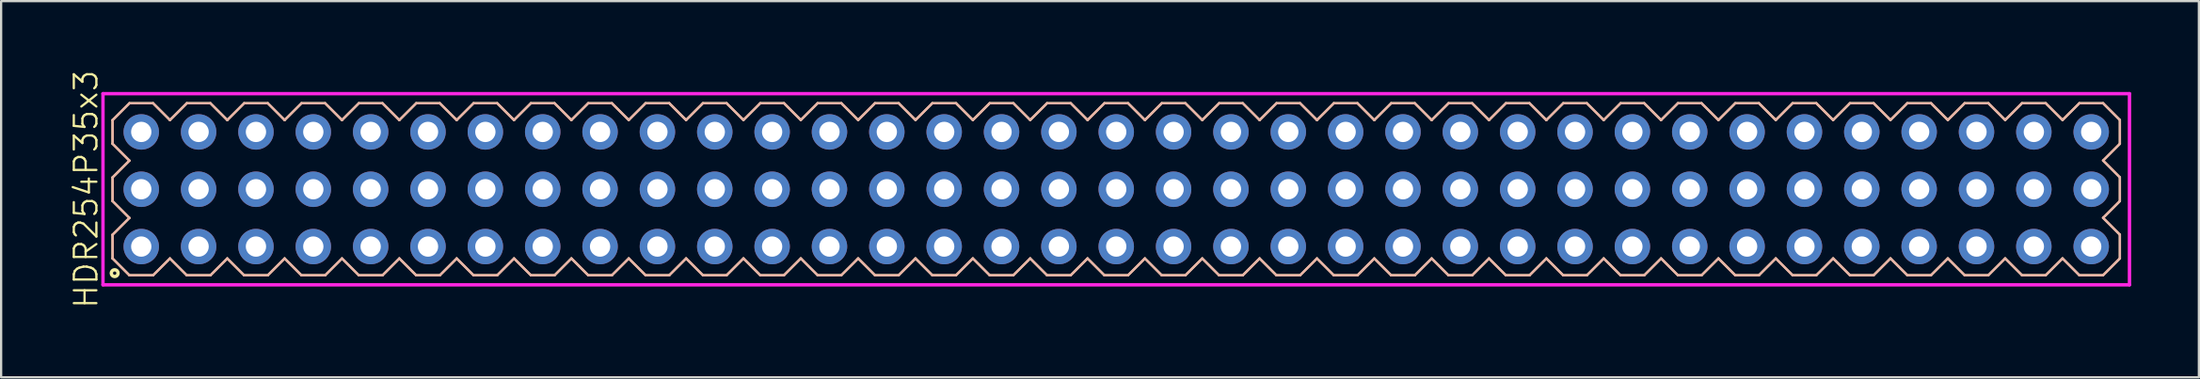
<source format=kicad_pcb>
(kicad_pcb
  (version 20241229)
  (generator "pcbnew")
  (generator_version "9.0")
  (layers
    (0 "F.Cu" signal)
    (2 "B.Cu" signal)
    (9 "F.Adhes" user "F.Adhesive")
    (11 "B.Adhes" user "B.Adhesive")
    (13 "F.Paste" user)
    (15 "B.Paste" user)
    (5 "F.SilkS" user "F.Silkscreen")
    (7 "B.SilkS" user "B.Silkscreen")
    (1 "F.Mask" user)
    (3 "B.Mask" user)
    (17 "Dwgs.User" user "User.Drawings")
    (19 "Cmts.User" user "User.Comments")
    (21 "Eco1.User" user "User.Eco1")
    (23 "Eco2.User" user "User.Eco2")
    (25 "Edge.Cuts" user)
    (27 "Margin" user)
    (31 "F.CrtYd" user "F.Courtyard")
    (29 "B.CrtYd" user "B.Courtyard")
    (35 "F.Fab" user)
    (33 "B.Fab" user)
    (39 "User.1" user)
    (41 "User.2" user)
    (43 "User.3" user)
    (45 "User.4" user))
  (footprint "HDR254P35x3"
    (layer "F.Cu")
    (at 46.386 5.336)
    (property "Reference" "HDR254P35x3" (at -45.625 0 90) (layer "F.SilkS") (effects (font (size 1 1) (thickness 0.1))))
    (attr through_hole)
    (fp_line (start -44.45 -3.066) (end -43.706 -3.81) (stroke (width 0.1) (type solid)) (layer "F.SilkS"))
    (fp_line (start -44.45 -2.014) (end -44.45 -3.066) (stroke (width 0.1) (type solid)) (layer "F.SilkS"))
    (fp_line (start -44.45 -0.526) (end -43.706 -1.27) (stroke (width 0.1) (type solid)) (layer "F.SilkS"))
    (fp_line (start -44.45 0.526) (end -44.45 -0.526) (stroke (width 0.1) (type solid)) (layer "F.SilkS"))
    (fp_line (start -44.45 2.014) (end -43.706 1.27) (stroke (width 0.1) (type solid)) (layer "F.SilkS"))
    (fp_line (start -44.45 3.066) (end -44.45 2.014) (stroke (width 0.1) (type solid)) (layer "F.SilkS"))
    (fp_line (start -43.706 -3.81) (end -42.654 -3.81) (stroke (width 0.1) (type solid)) (layer "F.SilkS"))
    (fp_line (start -43.706 -1.27) (end -44.45 -2.014) (stroke (width 0.1) (type solid)) (layer "F.SilkS"))
    (fp_line (start -43.706 1.27) (end -44.45 0.526) (stroke (width 0.1) (type solid)) (layer "F.SilkS"))
    (fp_line (start -43.706 3.81) (end -44.45 3.066) (stroke (width 0.1) (type solid)) (layer "F.SilkS"))
    (fp_line (start -42.654 -3.81) (end -41.91 -3.066) (stroke (width 0.1) (type solid)) (layer "F.SilkS"))
    (fp_line (start -42.654 3.81) (end -43.706 3.81) (stroke (width 0.1) (type solid)) (layer "F.SilkS"))
    (fp_line (start -41.91 -3.066) (end -41.166 -3.81) (stroke (width 0.1) (type solid)) (layer "F.SilkS"))
    (fp_line (start -41.91 3.066) (end -42.654 3.81) (stroke (width 0.1) (type solid)) (layer "F.SilkS"))
    (fp_line (start -41.166 -3.81) (end -40.114 -3.81) (stroke (width 0.1) (type solid)) (layer "F.SilkS"))
    (fp_line (start -41.166 3.81) (end -41.91 3.066) (stroke (width 0.1) (type solid)) (layer "F.SilkS"))
    (fp_line (start -40.114 -3.81) (end -39.37 -3.066) (stroke (width 0.1) (type solid)) (layer "F.SilkS"))
    (fp_line (start -40.114 3.81) (end -41.166 3.81) (stroke (width 0.1) (type solid)) (layer "F.SilkS"))
    (fp_line (start -39.37 -3.066) (end -38.626 -3.81) (stroke (width 0.1) (type solid)) (layer "F.SilkS"))
    (fp_line (start -39.37 3.066) (end -40.114 3.81) (stroke (width 0.1) (type solid)) (layer "F.SilkS"))
    (fp_line (start -38.626 -3.81) (end -37.574 -3.81) (stroke (width 0.1) (type solid)) (layer "F.SilkS"))
    (fp_line (start -38.626 3.81) (end -39.37 3.066) (stroke (width 0.1) (type solid)) (layer "F.SilkS"))
    (fp_line (start -37.574 -3.81) (end -36.83 -3.066) (stroke (width 0.1) (type solid)) (layer "F.SilkS"))
    (fp_line (start -37.574 3.81) (end -38.626 3.81) (stroke (width 0.1) (type solid)) (layer "F.SilkS"))
    (fp_line (start -36.83 -3.066) (end -36.086 -3.81) (stroke (width 0.1) (type solid)) (layer "F.SilkS"))
    (fp_line (start -36.83 3.066) (end -37.574 3.81) (stroke (width 0.1) (type solid)) (layer "F.SilkS"))
    (fp_line (start -36.086 -3.81) (end -35.034 -3.81) (stroke (width 0.1) (type solid)) (layer "F.SilkS"))
    (fp_line (start -36.086 3.81) (end -36.83 3.066) (stroke (width 0.1) (type solid)) (layer "F.SilkS"))
    (fp_line (start -35.034 -3.81) (end -34.29 -3.066) (stroke (width 0.1) (type solid)) (layer "F.SilkS"))
    (fp_line (start -35.034 3.81) (end -36.086 3.81) (stroke (width 0.1) (type solid)) (layer "F.SilkS"))
    (fp_line (start -34.29 -3.066) (end -33.546 -3.81) (stroke (width 0.1) (type solid)) (layer "F.SilkS"))
    (fp_line (start -34.29 3.066) (end -35.034 3.81) (stroke (width 0.1) (type solid)) (layer "F.SilkS"))
    (fp_line (start -33.546 -3.81) (end -32.494 -3.81) (stroke (width 0.1) (type solid)) (layer "F.SilkS"))
    (fp_line (start -33.546 3.81) (end -34.29 3.066) (stroke (width 0.1) (type solid)) (layer "F.SilkS"))
    (fp_line (start -32.494 -3.81) (end -31.75 -3.066) (stroke (width 0.1) (type solid)) (layer "F.SilkS"))
    (fp_line (start -32.494 3.81) (end -33.546 3.81) (stroke (width 0.1) (type solid)) (layer "F.SilkS"))
    (fp_line (start -31.75 -3.066) (end -31.006 -3.81) (stroke (width 0.1) (type solid)) (layer "F.SilkS"))
    (fp_line (start -31.75 3.066) (end -32.494 3.81) (stroke (width 0.1) (type solid)) (layer "F.SilkS"))
    (fp_line (start -31.006 -3.81) (end -29.954 -3.81) (stroke (width 0.1) (type solid)) (layer "F.SilkS"))
    (fp_line (start -31.006 3.81) (end -31.75 3.066) (stroke (width 0.1) (type solid)) (layer "F.SilkS"))
    (fp_line (start -29.954 -3.81) (end -29.21 -3.066) (stroke (width 0.1) (type solid)) (layer "F.SilkS"))
    (fp_line (start -29.954 3.81) (end -31.006 3.81) (stroke (width 0.1) (type solid)) (layer "F.SilkS"))
    (fp_line (start -29.21 -3.066) (end -28.466 -3.81) (stroke (width 0.1) (type solid)) (layer "F.SilkS"))
    (fp_line (start -29.21 3.066) (end -29.954 3.81) (stroke (width 0.1) (type solid)) (layer "F.SilkS"))
    (fp_line (start -28.466 -3.81) (end -27.414 -3.81) (stroke (width 0.1) (type solid)) (layer "F.SilkS"))
    (fp_line (start -28.466 3.81) (end -29.21 3.066) (stroke (width 0.1) (type solid)) (layer "F.SilkS"))
    (fp_line (start -27.414 -3.81) (end -26.67 -3.066) (stroke (width 0.1) (type solid)) (layer "F.SilkS"))
    (fp_line (start -27.414 3.81) (end -28.466 3.81) (stroke (width 0.1) (type solid)) (layer "F.SilkS"))
    (fp_line (start -26.67 -3.066) (end -25.926 -3.81) (stroke (width 0.1) (type solid)) (layer "F.SilkS"))
    (fp_line (start -26.67 3.066) (end -27.414 3.81) (stroke (width 0.1) (type solid)) (layer "F.SilkS"))
    (fp_line (start -25.926 -3.81) (end -24.874 -3.81) (stroke (width 0.1) (type solid)) (layer "F.SilkS"))
    (fp_line (start -25.926 3.81) (end -26.67 3.066) (stroke (width 0.1) (type solid)) (layer "F.SilkS"))
    (fp_line (start -24.874 -3.81) (end -24.13 -3.066) (stroke (width 0.1) (type solid)) (layer "F.SilkS"))
    (fp_line (start -24.874 3.81) (end -25.926 3.81) (stroke (width 0.1) (type solid)) (layer "F.SilkS"))
    (fp_line (start -24.13 -3.066) (end -23.386 -3.81) (stroke (width 0.1) (type solid)) (layer "F.SilkS"))
    (fp_line (start -24.13 3.066) (end -24.874 3.81) (stroke (width 0.1) (type solid)) (layer "F.SilkS"))
    (fp_line (start -23.386 -3.81) (end -22.334 -3.81) (stroke (width 0.1) (type solid)) (layer "F.SilkS"))
    (fp_line (start -23.386 3.81) (end -24.13 3.066) (stroke (width 0.1) (type solid)) (layer "F.SilkS"))
    (fp_line (start -22.334 -3.81) (end -21.59 -3.066) (stroke (width 0.1) (type solid)) (layer "F.SilkS"))
    (fp_line (start -22.334 3.81) (end -23.386 3.81) (stroke (width 0.1) (type solid)) (layer "F.SilkS"))
    (fp_line (start -21.59 -3.066) (end -20.846 -3.81) (stroke (width 0.1) (type solid)) (layer "F.SilkS"))
    (fp_line (start -21.59 3.066) (end -22.334 3.81) (stroke (width 0.1) (type solid)) (layer "F.SilkS"))
    (fp_line (start -20.846 -3.81) (end -19.794 -3.81) (stroke (width 0.1) (type solid)) (layer "F.SilkS"))
    (fp_line (start -20.846 3.81) (end -21.59 3.066) (stroke (width 0.1) (type solid)) (layer "F.SilkS"))
    (fp_line (start -19.794 -3.81) (end -19.05 -3.066) (stroke (width 0.1) (type solid)) (layer "F.SilkS"))
    (fp_line (start -19.794 3.81) (end -20.846 3.81) (stroke (width 0.1) (type solid)) (layer "F.SilkS"))
    (fp_line (start -19.05 -3.066) (end -18.306 -3.81) (stroke (width 0.1) (type solid)) (layer "F.SilkS"))
    (fp_line (start -19.05 3.066) (end -19.794 3.81) (stroke (width 0.1) (type solid)) (layer "F.SilkS"))
    (fp_line (start -18.306 -3.81) (end -17.254 -3.81) (stroke (width 0.1) (type solid)) (layer "F.SilkS"))
    (fp_line (start -18.306 3.81) (end -19.05 3.066) (stroke (width 0.1) (type solid)) (layer "F.SilkS"))
    (fp_line (start -17.254 -3.81) (end -16.51 -3.066) (stroke (width 0.1) (type solid)) (layer "F.SilkS"))
    (fp_line (start -17.254 3.81) (end -18.306 3.81) (stroke (width 0.1) (type solid)) (layer "F.SilkS"))
    (fp_line (start -16.51 -3.066) (end -15.766 -3.81) (stroke (width 0.1) (type solid)) (layer "F.SilkS"))
    (fp_line (start -16.51 3.066) (end -17.254 3.81) (stroke (width 0.1) (type solid)) (layer "F.SilkS"))
    (fp_line (start -15.766 -3.81) (end -14.714 -3.81) (stroke (width 0.1) (type solid)) (layer "F.SilkS"))
    (fp_line (start -15.766 3.81) (end -16.51 3.066) (stroke (width 0.1) (type solid)) (layer "F.SilkS"))
    (fp_line (start -14.714 -3.81) (end -13.97 -3.066) (stroke (width 0.1) (type solid)) (layer "F.SilkS"))
    (fp_line (start -14.714 3.81) (end -15.766 3.81) (stroke (width 0.1) (type solid)) (layer "F.SilkS"))
    (fp_line (start -13.97 -3.066) (end -13.226 -3.81) (stroke (width 0.1) (type solid)) (layer "F.SilkS"))
    (fp_line (start -13.97 3.066) (end -14.714 3.81) (stroke (width 0.1) (type solid)) (layer "F.SilkS"))
    (fp_line (start -13.226 -3.81) (end -12.174 -3.81) (stroke (width 0.1) (type solid)) (layer "F.SilkS"))
    (fp_line (start -13.226 3.81) (end -13.97 3.066) (stroke (width 0.1) (type solid)) (layer "F.SilkS"))
    (fp_line (start -12.174 -3.81) (end -11.43 -3.066) (stroke (width 0.1) (type solid)) (layer "F.SilkS"))
    (fp_line (start -12.174 3.81) (end -13.226 3.81) (stroke (width 0.1) (type solid)) (layer "F.SilkS"))
    (fp_line (start -11.43 -3.066) (end -10.686 -3.81) (stroke (width 0.1) (type solid)) (layer "F.SilkS"))
    (fp_line (start -11.43 3.066) (end -12.174 3.81) (stroke (width 0.1) (type solid)) (layer "F.SilkS"))
    (fp_line (start -10.686 -3.81) (end -9.634 -3.81) (stroke (width 0.1) (type solid)) (layer "F.SilkS"))
    (fp_line (start -10.686 3.81) (end -11.43 3.066) (stroke (width 0.1) (type solid)) (layer "F.SilkS"))
    (fp_line (start -9.634 -3.81) (end -8.89 -3.066) (stroke (width 0.1) (type solid)) (layer "F.SilkS"))
    (fp_line (start -9.634 3.81) (end -10.686 3.81) (stroke (width 0.1) (type solid)) (layer "F.SilkS"))
    (fp_line (start -8.89 -3.066) (end -8.146 -3.81) (stroke (width 0.1) (type solid)) (layer "F.SilkS"))
    (fp_line (start -8.89 3.066) (end -9.634 3.81) (stroke (width 0.1) (type solid)) (layer "F.SilkS"))
    (fp_line (start -8.146 -3.81) (end -7.094 -3.81) (stroke (width 0.1) (type solid)) (layer "F.SilkS"))
    (fp_line (start -8.146 3.81) (end -8.89 3.066) (stroke (width 0.1) (type solid)) (layer "F.SilkS"))
    (fp_line (start -7.094 -3.81) (end -6.35 -3.066) (stroke (width 0.1) (type solid)) (layer "F.SilkS"))
    (fp_line (start -7.094 3.81) (end -8.146 3.81) (stroke (width 0.1) (type solid)) (layer "F.SilkS"))
    (fp_line (start -6.35 -3.066) (end -5.606 -3.81) (stroke (width 0.1) (type solid)) (layer "F.SilkS"))
    (fp_line (start -6.35 3.066) (end -7.094 3.81) (stroke (width 0.1) (type solid)) (layer "F.SilkS"))
    (fp_line (start -5.606 -3.81) (end -4.554 -3.81) (stroke (width 0.1) (type solid)) (layer "F.SilkS"))
    (fp_line (start -5.606 3.81) (end -6.35 3.066) (stroke (width 0.1) (type solid)) (layer "F.SilkS"))
    (fp_line (start -4.554 -3.81) (end -3.81 -3.066) (stroke (width 0.1) (type solid)) (layer "F.SilkS"))
    (fp_line (start -4.554 3.81) (end -5.606 3.81) (stroke (width 0.1) (type solid)) (layer "F.SilkS"))
    (fp_line (start -3.81 -3.066) (end -3.066 -3.81) (stroke (width 0.1) (type solid)) (layer "F.SilkS"))
    (fp_line (start -3.81 3.066) (end -4.554 3.81) (stroke (width 0.1) (type solid)) (layer "F.SilkS"))
    (fp_line (start -3.066 -3.81) (end -2.014 -3.81) (stroke (width 0.1) (type solid)) (layer "F.SilkS"))
    (fp_line (start -3.066 3.81) (end -3.81 3.066) (stroke (width 0.1) (type solid)) (layer "F.SilkS"))
    (fp_line (start -2.014 -3.81) (end -1.27 -3.066) (stroke (width 0.1) (type solid)) (layer "F.SilkS"))
    (fp_line (start -2.014 3.81) (end -3.066 3.81) (stroke (width 0.1) (type solid)) (layer "F.SilkS"))
    (fp_line (start -1.27 -3.066) (end -0.526 -3.81) (stroke (width 0.1) (type solid)) (layer "F.SilkS"))
    (fp_line (start -1.27 3.066) (end -2.014 3.81) (stroke (width 0.1) (type solid)) (layer "F.SilkS"))
    (fp_line (start -0.526 -3.81) (end 0.526 -3.81) (stroke (width 0.1) (type solid)) (layer "F.SilkS"))
    (fp_line (start -0.526 3.81) (end -1.27 3.066) (stroke (width 0.1) (type solid)) (layer "F.SilkS"))
    (fp_line (start 0.526 -3.81) (end 1.27 -3.066) (stroke (width 0.1) (type solid)) (layer "F.SilkS"))
    (fp_line (start 0.526 3.81) (end -0.526 3.81) (stroke (width 0.1) (type solid)) (layer "F.SilkS"))
    (fp_line (start 1.27 -3.066) (end 2.014 -3.81) (stroke (width 0.1) (type solid)) (layer "F.SilkS"))
    (fp_line (start 1.27 3.066) (end 0.526 3.81) (stroke (width 0.1) (type solid)) (layer "F.SilkS"))
    (fp_line (start 2.014 -3.81) (end 3.066 -3.81) (stroke (width 0.1) (type solid)) (layer "F.SilkS"))
    (fp_line (start 2.014 3.81) (end 1.27 3.066) (stroke (width 0.1) (type solid)) (layer "F.SilkS"))
    (fp_line (start 3.066 -3.81) (end 3.81 -3.066) (stroke (width 0.1) (type solid)) (layer "F.SilkS"))
    (fp_line (start 3.066 3.81) (end 2.014 3.81) (stroke (width 0.1) (type solid)) (layer "F.SilkS"))
    (fp_line (start 3.81 -3.066) (end 4.554 -3.81) (stroke (width 0.1) (type solid)) (layer "F.SilkS"))
    (fp_line (start 3.81 3.066) (end 3.066 3.81) (stroke (width 0.1) (type solid)) (layer "F.SilkS"))
    (fp_line (start 4.554 -3.81) (end 5.606 -3.81) (stroke (width 0.1) (type solid)) (layer "F.SilkS"))
    (fp_line (start 4.554 3.81) (end 3.81 3.066) (stroke (width 0.1) (type solid)) (layer "F.SilkS"))
    (fp_line (start 5.606 -3.81) (end 6.35 -3.066) (stroke (width 0.1) (type solid)) (layer "F.SilkS"))
    (fp_line (start 5.606 3.81) (end 4.554 3.81) (stroke (width 0.1) (type solid)) (layer "F.SilkS"))
    (fp_line (start 6.35 -3.066) (end 7.094 -3.81) (stroke (width 0.1) (type solid)) (layer "F.SilkS"))
    (fp_line (start 6.35 3.066) (end 5.606 3.81) (stroke (width 0.1) (type solid)) (layer "F.SilkS"))
    (fp_line (start 7.094 -3.81) (end 8.146 -3.81) (stroke (width 0.1) (type solid)) (layer "F.SilkS"))
    (fp_line (start 7.094 3.81) (end 6.35 3.066) (stroke (width 0.1) (type solid)) (layer "F.SilkS"))
    (fp_line (start 8.146 -3.81) (end 8.89 -3.066) (stroke (width 0.1) (type solid)) (layer "F.SilkS"))
    (fp_line (start 8.146 3.81) (end 7.094 3.81) (stroke (width 0.1) (type solid)) (layer "F.SilkS"))
    (fp_line (start 8.89 -3.066) (end 9.634 -3.81) (stroke (width 0.1) (type solid)) (layer "F.SilkS"))
    (fp_line (start 8.89 3.066) (end 8.146 3.81) (stroke (width 0.1) (type solid)) (layer "F.SilkS"))
    (fp_line (start 9.634 -3.81) (end 10.686 -3.81) (stroke (width 0.1) (type solid)) (layer "F.SilkS"))
    (fp_line (start 9.634 3.81) (end 8.89 3.066) (stroke (width 0.1) (type solid)) (layer "F.SilkS"))
    (fp_line (start 10.686 -3.81) (end 11.43 -3.066) (stroke (width 0.1) (type solid)) (layer "F.SilkS"))
    (fp_line (start 10.686 3.81) (end 9.634 3.81) (stroke (width 0.1) (type solid)) (layer "F.SilkS"))
    (fp_line (start 11.43 -3.066) (end 12.174 -3.81) (stroke (width 0.1) (type solid)) (layer "F.SilkS"))
    (fp_line (start 11.43 3.066) (end 10.686 3.81) (stroke (width 0.1) (type solid)) (layer "F.SilkS"))
    (fp_line (start 12.174 -3.81) (end 13.226 -3.81) (stroke (width 0.1) (type solid)) (layer "F.SilkS"))
    (fp_line (start 12.174 3.81) (end 11.43 3.066) (stroke (width 0.1) (type solid)) (layer "F.SilkS"))
    (fp_line (start 13.226 -3.81) (end 13.97 -3.066) (stroke (width 0.1) (type solid)) (layer "F.SilkS"))
    (fp_line (start 13.226 3.81) (end 12.174 3.81) (stroke (width 0.1) (type solid)) (layer "F.SilkS"))
    (fp_line (start 13.97 -3.066) (end 14.714 -3.81) (stroke (width 0.1) (type solid)) (layer "F.SilkS"))
    (fp_line (start 13.97 3.066) (end 13.226 3.81) (stroke (width 0.1) (type solid)) (layer "F.SilkS"))
    (fp_line (start 14.714 -3.81) (end 15.766 -3.81) (stroke (width 0.1) (type solid)) (layer "F.SilkS"))
    (fp_line (start 14.714 3.81) (end 13.97 3.066) (stroke (width 0.1) (type solid)) (layer "F.SilkS"))
    (fp_line (start 15.766 -3.81) (end 16.51 -3.066) (stroke (width 0.1) (type solid)) (layer "F.SilkS"))
    (fp_line (start 15.766 3.81) (end 14.714 3.81) (stroke (width 0.1) (type solid)) (layer "F.SilkS"))
    (fp_line (start 16.51 -3.066) (end 17.254 -3.81) (stroke (width 0.1) (type solid)) (layer "F.SilkS"))
    (fp_line (start 16.51 3.066) (end 15.766 3.81) (stroke (width 0.1) (type solid)) (layer "F.SilkS"))
    (fp_line (start 17.254 -3.81) (end 18.306 -3.81) (stroke (width 0.1) (type solid)) (layer "F.SilkS"))
    (fp_line (start 17.254 3.81) (end 16.51 3.066) (stroke (width 0.1) (type solid)) (layer "F.SilkS"))
    (fp_line (start 18.306 -3.81) (end 19.05 -3.066) (stroke (width 0.1) (type solid)) (layer "F.SilkS"))
    (fp_line (start 18.306 3.81) (end 17.254 3.81) (stroke (width 0.1) (type solid)) (layer "F.SilkS"))
    (fp_line (start 19.05 -3.066) (end 19.794 -3.81) (stroke (width 0.1) (type solid)) (layer "F.SilkS"))
    (fp_line (start 19.05 3.066) (end 18.306 3.81) (stroke (width 0.1) (type solid)) (layer "F.SilkS"))
    (fp_line (start 19.794 -3.81) (end 20.846 -3.81) (stroke (width 0.1) (type solid)) (layer "F.SilkS"))
    (fp_line (start 19.794 3.81) (end 19.05 3.066) (stroke (width 0.1) (type solid)) (layer "F.SilkS"))
    (fp_line (start 20.846 -3.81) (end 21.59 -3.066) (stroke (width 0.1) (type solid)) (layer "F.SilkS"))
    (fp_line (start 20.846 3.81) (end 19.794 3.81) (stroke (width 0.1) (type solid)) (layer "F.SilkS"))
    (fp_line (start 21.59 -3.066) (end 22.334 -3.81) (stroke (width 0.1) (type solid)) (layer "F.SilkS"))
    (fp_line (start 21.59 3.066) (end 20.846 3.81) (stroke (width 0.1) (type solid)) (layer "F.SilkS"))
    (fp_line (start 22.334 -3.81) (end 23.386 -3.81) (stroke (width 0.1) (type solid)) (layer "F.SilkS"))
    (fp_line (start 22.334 3.81) (end 21.59 3.066) (stroke (width 0.1) (type solid)) (layer "F.SilkS"))
    (fp_line (start 23.386 -3.81) (end 24.13 -3.066) (stroke (width 0.1) (type solid)) (layer "F.SilkS"))
    (fp_line (start 23.386 3.81) (end 22.334 3.81) (stroke (width 0.1) (type solid)) (layer "F.SilkS"))
    (fp_line (start 24.13 -3.066) (end 24.874 -3.81) (stroke (width 0.1) (type solid)) (layer "F.SilkS"))
    (fp_line (start 24.13 3.066) (end 23.386 3.81) (stroke (width 0.1) (type solid)) (layer "F.SilkS"))
    (fp_line (start 24.874 -3.81) (end 25.926 -3.81) (stroke (width 0.1) (type solid)) (layer "F.SilkS"))
    (fp_line (start 24.874 3.81) (end 24.13 3.066) (stroke (width 0.1) (type solid)) (layer "F.SilkS"))
    (fp_line (start 25.926 -3.81) (end 26.67 -3.066) (stroke (width 0.1) (type solid)) (layer "F.SilkS"))
    (fp_line (start 25.926 3.81) (end 24.874 3.81) (stroke (width 0.1) (type solid)) (layer "F.SilkS"))
    (fp_line (start 26.67 -3.066) (end 27.414 -3.81) (stroke (width 0.1) (type solid)) (layer "F.SilkS"))
    (fp_line (start 26.67 3.066) (end 25.926 3.81) (stroke (width 0.1) (type solid)) (layer "F.SilkS"))
    (fp_line (start 27.414 -3.81) (end 28.466 -3.81) (stroke (width 0.1) (type solid)) (layer "F.SilkS"))
    (fp_line (start 27.414 3.81) (end 26.67 3.066) (stroke (width 0.1) (type solid)) (layer "F.SilkS"))
    (fp_line (start 28.466 -3.81) (end 29.21 -3.066) (stroke (width 0.1) (type solid)) (layer "F.SilkS"))
    (fp_line (start 28.466 3.81) (end 27.414 3.81) (stroke (width 0.1) (type solid)) (layer "F.SilkS"))
    (fp_line (start 29.21 -3.066) (end 29.954 -3.81) (stroke (width 0.1) (type solid)) (layer "F.SilkS"))
    (fp_line (start 29.21 3.066) (end 28.466 3.81) (stroke (width 0.1) (type solid)) (layer "F.SilkS"))
    (fp_line (start 29.954 -3.81) (end 31.006 -3.81) (stroke (width 0.1) (type solid)) (layer "F.SilkS"))
    (fp_line (start 29.954 3.81) (end 29.21 3.066) (stroke (width 0.1) (type solid)) (layer "F.SilkS"))
    (fp_line (start 31.006 -3.81) (end 31.75 -3.066) (stroke (width 0.1) (type solid)) (layer "F.SilkS"))
    (fp_line (start 31.006 3.81) (end 29.954 3.81) (stroke (width 0.1) (type solid)) (layer "F.SilkS"))
    (fp_line (start 31.75 -3.066) (end 32.494 -3.81) (stroke (width 0.1) (type solid)) (layer "F.SilkS"))
    (fp_line (start 31.75 3.066) (end 31.006 3.81) (stroke (width 0.1) (type solid)) (layer "F.SilkS"))
    (fp_line (start 32.494 -3.81) (end 33.546 -3.81) (stroke (width 0.1) (type solid)) (layer "F.SilkS"))
    (fp_line (start 32.494 3.81) (end 31.75 3.066) (stroke (width 0.1) (type solid)) (layer "F.SilkS"))
    (fp_line (start 33.546 -3.81) (end 34.29 -3.066) (stroke (width 0.1) (type solid)) (layer "F.SilkS"))
    (fp_line (start 33.546 3.81) (end 32.494 3.81) (stroke (width 0.1) (type solid)) (layer "F.SilkS"))
    (fp_line (start 34.29 -3.066) (end 35.034 -3.81) (stroke (width 0.1) (type solid)) (layer "F.SilkS"))
    (fp_line (start 34.29 3.066) (end 33.546 3.81) (stroke (width 0.1) (type solid)) (layer "F.SilkS"))
    (fp_line (start 35.034 -3.81) (end 36.086 -3.81) (stroke (width 0.1) (type solid)) (layer "F.SilkS"))
    (fp_line (start 35.034 3.81) (end 34.29 3.066) (stroke (width 0.1) (type solid)) (layer "F.SilkS"))
    (fp_line (start 36.086 -3.81) (end 36.83 -3.066) (stroke (width 0.1) (type solid)) (layer "F.SilkS"))
    (fp_line (start 36.086 3.81) (end 35.034 3.81) (stroke (width 0.1) (type solid)) (layer "F.SilkS"))
    (fp_line (start 36.83 -3.066) (end 37.574 -3.81) (stroke (width 0.1) (type solid)) (layer "F.SilkS"))
    (fp_line (start 36.83 3.066) (end 36.086 3.81) (stroke (width 0.1) (type solid)) (layer "F.SilkS"))
    (fp_line (start 37.574 -3.81) (end 38.626 -3.81) (stroke (width 0.1) (type solid)) (layer "F.SilkS"))
    (fp_line (start 37.574 3.81) (end 36.83 3.066) (stroke (width 0.1) (type solid)) (layer "F.SilkS"))
    (fp_line (start 38.626 -3.81) (end 39.37 -3.066) (stroke (width 0.1) (type solid)) (layer "F.SilkS"))
    (fp_line (start 38.626 3.81) (end 37.574 3.81) (stroke (width 0.1) (type solid)) (layer "F.SilkS"))
    (fp_line (start 39.37 -3.066) (end 40.114 -3.81) (stroke (width 0.1) (type solid)) (layer "F.SilkS"))
    (fp_line (start 39.37 3.066) (end 38.626 3.81) (stroke (width 0.1) (type solid)) (layer "F.SilkS"))
    (fp_line (start 40.114 -3.81) (end 41.166 -3.81) (stroke (width 0.1) (type solid)) (layer "F.SilkS"))
    (fp_line (start 40.114 3.81) (end 39.37 3.066) (stroke (width 0.1) (type solid)) (layer "F.SilkS"))
    (fp_line (start 41.166 -3.81) (end 41.91 -3.066) (stroke (width 0.1) (type solid)) (layer "F.SilkS"))
    (fp_line (start 41.166 3.81) (end 40.114 3.81) (stroke (width 0.1) (type solid)) (layer "F.SilkS"))
    (fp_line (start 41.91 -3.066) (end 42.654 -3.81) (stroke (width 0.1) (type solid)) (layer "F.SilkS"))
    (fp_line (start 41.91 3.066) (end 41.166 3.81) (stroke (width 0.1) (type solid)) (layer "F.SilkS"))
    (fp_line (start 42.654 -3.81) (end 43.706 -3.81) (stroke (width 0.1) (type solid)) (layer "F.SilkS"))
    (fp_line (start 42.654 3.81) (end 41.91 3.066) (stroke (width 0.1) (type solid)) (layer "F.SilkS"))
    (fp_line (start 43.706 -3.81) (end 44.45 -3.066) (stroke (width 0.1) (type solid)) (layer "F.SilkS"))
    (fp_line (start 43.706 -1.27) (end 44.45 -0.526) (stroke (width 0.1) (type solid)) (layer "F.SilkS"))
    (fp_line (start 43.706 1.27) (end 44.45 2.014) (stroke (width 0.1) (type solid)) (layer "F.SilkS"))
    (fp_line (start 43.706 3.81) (end 42.654 3.81) (stroke (width 0.1) (type solid)) (layer "F.SilkS"))
    (fp_line (start 44.45 -3.066) (end 44.45 -2.014) (stroke (width 0.1) (type solid)) (layer "F.SilkS"))
    (fp_line (start 44.45 -2.014) (end 43.706 -1.27) (stroke (width 0.1) (type solid)) (layer "F.SilkS"))
    (fp_line (start 44.45 -0.526) (end 44.45 0.526) (stroke (width 0.1) (type solid)) (layer "F.SilkS"))
    (fp_line (start 44.45 0.526) (end 43.706 1.27) (stroke (width 0.1) (type solid)) (layer "F.SilkS"))
    (fp_line (start 44.45 2.014) (end 44.45 3.066) (stroke (width 0.1) (type solid)) (layer "F.SilkS"))
    (fp_line (start 44.45 3.066) (end 43.706 3.81) (stroke (width 0.1) (type solid)) (layer "F.SilkS"))
    (fp_circle (center -44.357 3.718) (end -44.207 3.718) (stroke (width 0.15) (type solid)) (fill no) (layer "F.SilkS"))
    (fp_line (start -44.45 -3.066) (end -43.706 -3.81) (stroke (width 0.1) (type solid)) (layer "B.SilkS"))
    (fp_line (start -44.45 -2.014) (end -44.45 -3.066) (stroke (width 0.1) (type solid)) (layer "B.SilkS"))
    (fp_line (start -44.45 -0.526) (end -43.706 -1.27) (stroke (width 0.1) (type solid)) (layer "B.SilkS"))
    (fp_line (start -44.45 0.526) (end -44.45 -0.526) (stroke (width 0.1) (type solid)) (layer "B.SilkS"))
    (fp_line (start -44.45 2.014) (end -43.706 1.27) (stroke (width 0.1) (type solid)) (layer "B.SilkS"))
    (fp_line (start -44.45 3.066) (end -44.45 2.014) (stroke (width 0.1) (type solid)) (layer "B.SilkS"))
    (fp_line (start -43.706 -3.81) (end -42.654 -3.81) (stroke (width 0.1) (type solid)) (layer "B.SilkS"))
    (fp_line (start -43.706 -1.27) (end -44.45 -2.014) (stroke (width 0.1) (type solid)) (layer "B.SilkS"))
    (fp_line (start -43.706 1.27) (end -44.45 0.526) (stroke (width 0.1) (type solid)) (layer "B.SilkS"))
    (fp_line (start -43.706 3.81) (end -44.45 3.066) (stroke (width 0.1) (type solid)) (layer "B.SilkS"))
    (fp_line (start -42.654 -3.81) (end -41.91 -3.066) (stroke (width 0.1) (type solid)) (layer "B.SilkS"))
    (fp_line (start -42.654 3.81) (end -43.706 3.81) (stroke (width 0.1) (type solid)) (layer "B.SilkS"))
    (fp_line (start -41.91 -3.066) (end -41.166 -3.81) (stroke (width 0.1) (type solid)) (layer "B.SilkS"))
    (fp_line (start -41.91 3.066) (end -42.654 3.81) (stroke (width 0.1) (type solid)) (layer "B.SilkS"))
    (fp_line (start -41.166 -3.81) (end -40.114 -3.81) (stroke (width 0.1) (type solid)) (layer "B.SilkS"))
    (fp_line (start -41.166 3.81) (end -41.91 3.066) (stroke (width 0.1) (type solid)) (layer "B.SilkS"))
    (fp_line (start -40.114 -3.81) (end -39.37 -3.066) (stroke (width 0.1) (type solid)) (layer "B.SilkS"))
    (fp_line (start -40.114 3.81) (end -41.166 3.81) (stroke (width 0.1) (type solid)) (layer "B.SilkS"))
    (fp_line (start -39.37 -3.066) (end -38.626 -3.81) (stroke (width 0.1) (type solid)) (layer "B.SilkS"))
    (fp_line (start -39.37 3.066) (end -40.114 3.81) (stroke (width 0.1) (type solid)) (layer "B.SilkS"))
    (fp_line (start -38.626 -3.81) (end -37.574 -3.81) (stroke (width 0.1) (type solid)) (layer "B.SilkS"))
    (fp_line (start -38.626 3.81) (end -39.37 3.066) (stroke (width 0.1) (type solid)) (layer "B.SilkS"))
    (fp_line (start -37.574 -3.81) (end -36.83 -3.066) (stroke (width 0.1) (type solid)) (layer "B.SilkS"))
    (fp_line (start -37.574 3.81) (end -38.626 3.81) (stroke (width 0.1) (type solid)) (layer "B.SilkS"))
    (fp_line (start -36.83 -3.066) (end -36.086 -3.81) (stroke (width 0.1) (type solid)) (layer "B.SilkS"))
    (fp_line (start -36.83 3.066) (end -37.574 3.81) (stroke (width 0.1) (type solid)) (layer "B.SilkS"))
    (fp_line (start -36.086 -3.81) (end -35.034 -3.81) (stroke (width 0.1) (type solid)) (layer "B.SilkS"))
    (fp_line (start -36.086 3.81) (end -36.83 3.066) (stroke (width 0.1) (type solid)) (layer "B.SilkS"))
    (fp_line (start -35.034 -3.81) (end -34.29 -3.066) (stroke (width 0.1) (type solid)) (layer "B.SilkS"))
    (fp_line (start -35.034 3.81) (end -36.086 3.81) (stroke (width 0.1) (type solid)) (layer "B.SilkS"))
    (fp_line (start -34.29 -3.066) (end -33.546 -3.81) (stroke (width 0.1) (type solid)) (layer "B.SilkS"))
    (fp_line (start -34.29 3.066) (end -35.034 3.81) (stroke (width 0.1) (type solid)) (layer "B.SilkS"))
    (fp_line (start -33.546 -3.81) (end -32.494 -3.81) (stroke (width 0.1) (type solid)) (layer "B.SilkS"))
    (fp_line (start -33.546 3.81) (end -34.29 3.066) (stroke (width 0.1) (type solid)) (layer "B.SilkS"))
    (fp_line (start -32.494 -3.81) (end -31.75 -3.066) (stroke (width 0.1) (type solid)) (layer "B.SilkS"))
    (fp_line (start -32.494 3.81) (end -33.546 3.81) (stroke (width 0.1) (type solid)) (layer "B.SilkS"))
    (fp_line (start -31.75 -3.066) (end -31.006 -3.81) (stroke (width 0.1) (type solid)) (layer "B.SilkS"))
    (fp_line (start -31.75 3.066) (end -32.494 3.81) (stroke (width 0.1) (type solid)) (layer "B.SilkS"))
    (fp_line (start -31.006 -3.81) (end -29.954 -3.81) (stroke (width 0.1) (type solid)) (layer "B.SilkS"))
    (fp_line (start -31.006 3.81) (end -31.75 3.066) (stroke (width 0.1) (type solid)) (layer "B.SilkS"))
    (fp_line (start -29.954 -3.81) (end -29.21 -3.066) (stroke (width 0.1) (type solid)) (layer "B.SilkS"))
    (fp_line (start -29.954 3.81) (end -31.006 3.81) (stroke (width 0.1) (type solid)) (layer "B.SilkS"))
    (fp_line (start -29.21 -3.066) (end -28.466 -3.81) (stroke (width 0.1) (type solid)) (layer "B.SilkS"))
    (fp_line (start -29.21 3.066) (end -29.954 3.81) (stroke (width 0.1) (type solid)) (layer "B.SilkS"))
    (fp_line (start -28.466 -3.81) (end -27.414 -3.81) (stroke (width 0.1) (type solid)) (layer "B.SilkS"))
    (fp_line (start -28.466 3.81) (end -29.21 3.066) (stroke (width 0.1) (type solid)) (layer "B.SilkS"))
    (fp_line (start -27.414 -3.81) (end -26.67 -3.066) (stroke (width 0.1) (type solid)) (layer "B.SilkS"))
    (fp_line (start -27.414 3.81) (end -28.466 3.81) (stroke (width 0.1) (type solid)) (layer "B.SilkS"))
    (fp_line (start -26.67 -3.066) (end -25.926 -3.81) (stroke (width 0.1) (type solid)) (layer "B.SilkS"))
    (fp_line (start -26.67 3.066) (end -27.414 3.81) (stroke (width 0.1) (type solid)) (layer "B.SilkS"))
    (fp_line (start -25.926 -3.81) (end -24.874 -3.81) (stroke (width 0.1) (type solid)) (layer "B.SilkS"))
    (fp_line (start -25.926 3.81) (end -26.67 3.066) (stroke (width 0.1) (type solid)) (layer "B.SilkS"))
    (fp_line (start -24.874 -3.81) (end -24.13 -3.066) (stroke (width 0.1) (type solid)) (layer "B.SilkS"))
    (fp_line (start -24.874 3.81) (end -25.926 3.81) (stroke (width 0.1) (type solid)) (layer "B.SilkS"))
    (fp_line (start -24.13 -3.066) (end -23.386 -3.81) (stroke (width 0.1) (type solid)) (layer "B.SilkS"))
    (fp_line (start -24.13 3.066) (end -24.874 3.81) (stroke (width 0.1) (type solid)) (layer "B.SilkS"))
    (fp_line (start -23.386 -3.81) (end -22.334 -3.81) (stroke (width 0.1) (type solid)) (layer "B.SilkS"))
    (fp_line (start -23.386 3.81) (end -24.13 3.066) (stroke (width 0.1) (type solid)) (layer "B.SilkS"))
    (fp_line (start -22.334 -3.81) (end -21.59 -3.066) (stroke (width 0.1) (type solid)) (layer "B.SilkS"))
    (fp_line (start -22.334 3.81) (end -23.386 3.81) (stroke (width 0.1) (type solid)) (layer "B.SilkS"))
    (fp_line (start -21.59 -3.066) (end -20.846 -3.81) (stroke (width 0.1) (type solid)) (layer "B.SilkS"))
    (fp_line (start -21.59 3.066) (end -22.334 3.81) (stroke (width 0.1) (type solid)) (layer "B.SilkS"))
    (fp_line (start -20.846 -3.81) (end -19.794 -3.81) (stroke (width 0.1) (type solid)) (layer "B.SilkS"))
    (fp_line (start -20.846 3.81) (end -21.59 3.066) (stroke (width 0.1) (type solid)) (layer "B.SilkS"))
    (fp_line (start -19.794 -3.81) (end -19.05 -3.066) (stroke (width 0.1) (type solid)) (layer "B.SilkS"))
    (fp_line (start -19.794 3.81) (end -20.846 3.81) (stroke (width 0.1) (type solid)) (layer "B.SilkS"))
    (fp_line (start -19.05 -3.066) (end -18.306 -3.81) (stroke (width 0.1) (type solid)) (layer "B.SilkS"))
    (fp_line (start -19.05 3.066) (end -19.794 3.81) (stroke (width 0.1) (type solid)) (layer "B.SilkS"))
    (fp_line (start -18.306 -3.81) (end -17.254 -3.81) (stroke (width 0.1) (type solid)) (layer "B.SilkS"))
    (fp_line (start -18.306 3.81) (end -19.05 3.066) (stroke (width 0.1) (type solid)) (layer "B.SilkS"))
    (fp_line (start -17.254 -3.81) (end -16.51 -3.066) (stroke (width 0.1) (type solid)) (layer "B.SilkS"))
    (fp_line (start -17.254 3.81) (end -18.306 3.81) (stroke (width 0.1) (type solid)) (layer "B.SilkS"))
    (fp_line (start -16.51 -3.066) (end -15.766 -3.81) (stroke (width 0.1) (type solid)) (layer "B.SilkS"))
    (fp_line (start -16.51 3.066) (end -17.254 3.81) (stroke (width 0.1) (type solid)) (layer "B.SilkS"))
    (fp_line (start -15.766 -3.81) (end -14.714 -3.81) (stroke (width 0.1) (type solid)) (layer "B.SilkS"))
    (fp_line (start -15.766 3.81) (end -16.51 3.066) (stroke (width 0.1) (type solid)) (layer "B.SilkS"))
    (fp_line (start -14.714 -3.81) (end -13.97 -3.066) (stroke (width 0.1) (type solid)) (layer "B.SilkS"))
    (fp_line (start -14.714 3.81) (end -15.766 3.81) (stroke (width 0.1) (type solid)) (layer "B.SilkS"))
    (fp_line (start -13.97 -3.066) (end -13.226 -3.81) (stroke (width 0.1) (type solid)) (layer "B.SilkS"))
    (fp_line (start -13.97 3.066) (end -14.714 3.81) (stroke (width 0.1) (type solid)) (layer "B.SilkS"))
    (fp_line (start -13.226 -3.81) (end -12.174 -3.81) (stroke (width 0.1) (type solid)) (layer "B.SilkS"))
    (fp_line (start -13.226 3.81) (end -13.97 3.066) (stroke (width 0.1) (type solid)) (layer "B.SilkS"))
    (fp_line (start -12.174 -3.81) (end -11.43 -3.066) (stroke (width 0.1) (type solid)) (layer "B.SilkS"))
    (fp_line (start -12.174 3.81) (end -13.226 3.81) (stroke (width 0.1) (type solid)) (layer "B.SilkS"))
    (fp_line (start -11.43 -3.066) (end -10.686 -3.81) (stroke (width 0.1) (type solid)) (layer "B.SilkS"))
    (fp_line (start -11.43 3.066) (end -12.174 3.81) (stroke (width 0.1) (type solid)) (layer "B.SilkS"))
    (fp_line (start -10.686 -3.81) (end -9.634 -3.81) (stroke (width 0.1) (type solid)) (layer "B.SilkS"))
    (fp_line (start -10.686 3.81) (end -11.43 3.066) (stroke (width 0.1) (type solid)) (layer "B.SilkS"))
    (fp_line (start -9.634 -3.81) (end -8.89 -3.066) (stroke (width 0.1) (type solid)) (layer "B.SilkS"))
    (fp_line (start -9.634 3.81) (end -10.686 3.81) (stroke (width 0.1) (type solid)) (layer "B.SilkS"))
    (fp_line (start -8.89 -3.066) (end -8.146 -3.81) (stroke (width 0.1) (type solid)) (layer "B.SilkS"))
    (fp_line (start -8.89 3.066) (end -9.634 3.81) (stroke (width 0.1) (type solid)) (layer "B.SilkS"))
    (fp_line (start -8.146 -3.81) (end -7.094 -3.81) (stroke (width 0.1) (type solid)) (layer "B.SilkS"))
    (fp_line (start -8.146 3.81) (end -8.89 3.066) (stroke (width 0.1) (type solid)) (layer "B.SilkS"))
    (fp_line (start -7.094 -3.81) (end -6.35 -3.066) (stroke (width 0.1) (type solid)) (layer "B.SilkS"))
    (fp_line (start -7.094 3.81) (end -8.146 3.81) (stroke (width 0.1) (type solid)) (layer "B.SilkS"))
    (fp_line (start -6.35 -3.066) (end -5.606 -3.81) (stroke (width 0.1) (type solid)) (layer "B.SilkS"))
    (fp_line (start -6.35 3.066) (end -7.094 3.81) (stroke (width 0.1) (type solid)) (layer "B.SilkS"))
    (fp_line (start -5.606 -3.81) (end -4.554 -3.81) (stroke (width 0.1) (type solid)) (layer "B.SilkS"))
    (fp_line (start -5.606 3.81) (end -6.35 3.066) (stroke (width 0.1) (type solid)) (layer "B.SilkS"))
    (fp_line (start -4.554 -3.81) (end -3.81 -3.066) (stroke (width 0.1) (type solid)) (layer "B.SilkS"))
    (fp_line (start -4.554 3.81) (end -5.606 3.81) (stroke (width 0.1) (type solid)) (layer "B.SilkS"))
    (fp_line (start -3.81 -3.066) (end -3.066 -3.81) (stroke (width 0.1) (type solid)) (layer "B.SilkS"))
    (fp_line (start -3.81 3.066) (end -4.554 3.81) (stroke (width 0.1) (type solid)) (layer "B.SilkS"))
    (fp_line (start -3.066 -3.81) (end -2.014 -3.81) (stroke (width 0.1) (type solid)) (layer "B.SilkS"))
    (fp_line (start -3.066 3.81) (end -3.81 3.066) (stroke (width 0.1) (type solid)) (layer "B.SilkS"))
    (fp_line (start -2.014 -3.81) (end -1.27 -3.066) (stroke (width 0.1) (type solid)) (layer "B.SilkS"))
    (fp_line (start -2.014 3.81) (end -3.066 3.81) (stroke (width 0.1) (type solid)) (layer "B.SilkS"))
    (fp_line (start -1.27 -3.066) (end -0.526 -3.81) (stroke (width 0.1) (type solid)) (layer "B.SilkS"))
    (fp_line (start -1.27 3.066) (end -2.014 3.81) (stroke (width 0.1) (type solid)) (layer "B.SilkS"))
    (fp_line (start -0.526 -3.81) (end 0.526 -3.81) (stroke (width 0.1) (type solid)) (layer "B.SilkS"))
    (fp_line (start -0.526 3.81) (end -1.27 3.066) (stroke (width 0.1) (type solid)) (layer "B.SilkS"))
    (fp_line (start 0.526 -3.81) (end 1.27 -3.066) (stroke (width 0.1) (type solid)) (layer "B.SilkS"))
    (fp_line (start 0.526 3.81) (end -0.526 3.81) (stroke (width 0.1) (type solid)) (layer "B.SilkS"))
    (fp_line (start 1.27 -3.066) (end 2.014 -3.81) (stroke (width 0.1) (type solid)) (layer "B.SilkS"))
    (fp_line (start 1.27 3.066) (end 0.526 3.81) (stroke (width 0.1) (type solid)) (layer "B.SilkS"))
    (fp_line (start 2.014 -3.81) (end 3.066 -3.81) (stroke (width 0.1) (type solid)) (layer "B.SilkS"))
    (fp_line (start 2.014 3.81) (end 1.27 3.066) (stroke (width 0.1) (type solid)) (layer "B.SilkS"))
    (fp_line (start 3.066 -3.81) (end 3.81 -3.066) (stroke (width 0.1) (type solid)) (layer "B.SilkS"))
    (fp_line (start 3.066 3.81) (end 2.014 3.81) (stroke (width 0.1) (type solid)) (layer "B.SilkS"))
    (fp_line (start 3.81 -3.066) (end 4.554 -3.81) (stroke (width 0.1) (type solid)) (layer "B.SilkS"))
    (fp_line (start 3.81 3.066) (end 3.066 3.81) (stroke (width 0.1) (type solid)) (layer "B.SilkS"))
    (fp_line (start 4.554 -3.81) (end 5.606 -3.81) (stroke (width 0.1) (type solid)) (layer "B.SilkS"))
    (fp_line (start 4.554 3.81) (end 3.81 3.066) (stroke (width 0.1) (type solid)) (layer "B.SilkS"))
    (fp_line (start 5.606 -3.81) (end 6.35 -3.066) (stroke (width 0.1) (type solid)) (layer "B.SilkS"))
    (fp_line (start 5.606 3.81) (end 4.554 3.81) (stroke (width 0.1) (type solid)) (layer "B.SilkS"))
    (fp_line (start 6.35 -3.066) (end 7.094 -3.81) (stroke (width 0.1) (type solid)) (layer "B.SilkS"))
    (fp_line (start 6.35 3.066) (end 5.606 3.81) (stroke (width 0.1) (type solid)) (layer "B.SilkS"))
    (fp_line (start 7.094 -3.81) (end 8.146 -3.81) (stroke (width 0.1) (type solid)) (layer "B.SilkS"))
    (fp_line (start 7.094 3.81) (end 6.35 3.066) (stroke (width 0.1) (type solid)) (layer "B.SilkS"))
    (fp_line (start 8.146 -3.81) (end 8.89 -3.066) (stroke (width 0.1) (type solid)) (layer "B.SilkS"))
    (fp_line (start 8.146 3.81) (end 7.094 3.81) (stroke (width 0.1) (type solid)) (layer "B.SilkS"))
    (fp_line (start 8.89 -3.066) (end 9.634 -3.81) (stroke (width 0.1) (type solid)) (layer "B.SilkS"))
    (fp_line (start 8.89 3.066) (end 8.146 3.81) (stroke (width 0.1) (type solid)) (layer "B.SilkS"))
    (fp_line (start 9.634 -3.81) (end 10.686 -3.81) (stroke (width 0.1) (type solid)) (layer "B.SilkS"))
    (fp_line (start 9.634 3.81) (end 8.89 3.066) (stroke (width 0.1) (type solid)) (layer "B.SilkS"))
    (fp_line (start 10.686 -3.81) (end 11.43 -3.066) (stroke (width 0.1) (type solid)) (layer "B.SilkS"))
    (fp_line (start 10.686 3.81) (end 9.634 3.81) (stroke (width 0.1) (type solid)) (layer "B.SilkS"))
    (fp_line (start 11.43 -3.066) (end 12.174 -3.81) (stroke (width 0.1) (type solid)) (layer "B.SilkS"))
    (fp_line (start 11.43 3.066) (end 10.686 3.81) (stroke (width 0.1) (type solid)) (layer "B.SilkS"))
    (fp_line (start 12.174 -3.81) (end 13.226 -3.81) (stroke (width 0.1) (type solid)) (layer "B.SilkS"))
    (fp_line (start 12.174 3.81) (end 11.43 3.066) (stroke (width 0.1) (type solid)) (layer "B.SilkS"))
    (fp_line (start 13.226 -3.81) (end 13.97 -3.066) (stroke (width 0.1) (type solid)) (layer "B.SilkS"))
    (fp_line (start 13.226 3.81) (end 12.174 3.81) (stroke (width 0.1) (type solid)) (layer "B.SilkS"))
    (fp_line (start 13.97 -3.066) (end 14.714 -3.81) (stroke (width 0.1) (type solid)) (layer "B.SilkS"))
    (fp_line (start 13.97 3.066) (end 13.226 3.81) (stroke (width 0.1) (type solid)) (layer "B.SilkS"))
    (fp_line (start 14.714 -3.81) (end 15.766 -3.81) (stroke (width 0.1) (type solid)) (layer "B.SilkS"))
    (fp_line (start 14.714 3.81) (end 13.97 3.066) (stroke (width 0.1) (type solid)) (layer "B.SilkS"))
    (fp_line (start 15.766 -3.81) (end 16.51 -3.066) (stroke (width 0.1) (type solid)) (layer "B.SilkS"))
    (fp_line (start 15.766 3.81) (end 14.714 3.81) (stroke (width 0.1) (type solid)) (layer "B.SilkS"))
    (fp_line (start 16.51 -3.066) (end 17.254 -3.81) (stroke (width 0.1) (type solid)) (layer "B.SilkS"))
    (fp_line (start 16.51 3.066) (end 15.766 3.81) (stroke (width 0.1) (type solid)) (layer "B.SilkS"))
    (fp_line (start 17.254 -3.81) (end 18.306 -3.81) (stroke (width 0.1) (type solid)) (layer "B.SilkS"))
    (fp_line (start 17.254 3.81) (end 16.51 3.066) (stroke (width 0.1) (type solid)) (layer "B.SilkS"))
    (fp_line (start 18.306 -3.81) (end 19.05 -3.066) (stroke (width 0.1) (type solid)) (layer "B.SilkS"))
    (fp_line (start 18.306 3.81) (end 17.254 3.81) (stroke (width 0.1) (type solid)) (layer "B.SilkS"))
    (fp_line (start 19.05 -3.066) (end 19.794 -3.81) (stroke (width 0.1) (type solid)) (layer "B.SilkS"))
    (fp_line (start 19.05 3.066) (end 18.306 3.81) (stroke (width 0.1) (type solid)) (layer "B.SilkS"))
    (fp_line (start 19.794 -3.81) (end 20.846 -3.81) (stroke (width 0.1) (type solid)) (layer "B.SilkS"))
    (fp_line (start 19.794 3.81) (end 19.05 3.066) (stroke (width 0.1) (type solid)) (layer "B.SilkS"))
    (fp_line (start 20.846 -3.81) (end 21.59 -3.066) (stroke (width 0.1) (type solid)) (layer "B.SilkS"))
    (fp_line (start 20.846 3.81) (end 19.794 3.81) (stroke (width 0.1) (type solid)) (layer "B.SilkS"))
    (fp_line (start 21.59 -3.066) (end 22.334 -3.81) (stroke (width 0.1) (type solid)) (layer "B.SilkS"))
    (fp_line (start 21.59 3.066) (end 20.846 3.81) (stroke (width 0.1) (type solid)) (layer "B.SilkS"))
    (fp_line (start 22.334 -3.81) (end 23.386 -3.81) (stroke (width 0.1) (type solid)) (layer "B.SilkS"))
    (fp_line (start 22.334 3.81) (end 21.59 3.066) (stroke (width 0.1) (type solid)) (layer "B.SilkS"))
    (fp_line (start 23.386 -3.81) (end 24.13 -3.066) (stroke (width 0.1) (type solid)) (layer "B.SilkS"))
    (fp_line (start 23.386 3.81) (end 22.334 3.81) (stroke (width 0.1) (type solid)) (layer "B.SilkS"))
    (fp_line (start 24.13 -3.066) (end 24.874 -3.81) (stroke (width 0.1) (type solid)) (layer "B.SilkS"))
    (fp_line (start 24.13 3.066) (end 23.386 3.81) (stroke (width 0.1) (type solid)) (layer "B.SilkS"))
    (fp_line (start 24.874 -3.81) (end 25.926 -3.81) (stroke (width 0.1) (type solid)) (layer "B.SilkS"))
    (fp_line (start 24.874 3.81) (end 24.13 3.066) (stroke (width 0.1) (type solid)) (layer "B.SilkS"))
    (fp_line (start 25.926 -3.81) (end 26.67 -3.066) (stroke (width 0.1) (type solid)) (layer "B.SilkS"))
    (fp_line (start 25.926 3.81) (end 24.874 3.81) (stroke (width 0.1) (type solid)) (layer "B.SilkS"))
    (fp_line (start 26.67 -3.066) (end 27.414 -3.81) (stroke (width 0.1) (type solid)) (layer "B.SilkS"))
    (fp_line (start 26.67 3.066) (end 25.926 3.81) (stroke (width 0.1) (type solid)) (layer "B.SilkS"))
    (fp_line (start 27.414 -3.81) (end 28.466 -3.81) (stroke (width 0.1) (type solid)) (layer "B.SilkS"))
    (fp_line (start 27.414 3.81) (end 26.67 3.066) (stroke (width 0.1) (type solid)) (layer "B.SilkS"))
    (fp_line (start 28.466 -3.81) (end 29.21 -3.066) (stroke (width 0.1) (type solid)) (layer "B.SilkS"))
    (fp_line (start 28.466 3.81) (end 27.414 3.81) (stroke (width 0.1) (type solid)) (layer "B.SilkS"))
    (fp_line (start 29.21 -3.066) (end 29.954 -3.81) (stroke (width 0.1) (type solid)) (layer "B.SilkS"))
    (fp_line (start 29.21 3.066) (end 28.466 3.81) (stroke (width 0.1) (type solid)) (layer "B.SilkS"))
    (fp_line (start 29.954 -3.81) (end 31.006 -3.81) (stroke (width 0.1) (type solid)) (layer "B.SilkS"))
    (fp_line (start 29.954 3.81) (end 29.21 3.066) (stroke (width 0.1) (type solid)) (layer "B.SilkS"))
    (fp_line (start 31.006 -3.81) (end 31.75 -3.066) (stroke (width 0.1) (type solid)) (layer "B.SilkS"))
    (fp_line (start 31.006 3.81) (end 29.954 3.81) (stroke (width 0.1) (type solid)) (layer "B.SilkS"))
    (fp_line (start 31.75 -3.066) (end 32.494 -3.81) (stroke (width 0.1) (type solid)) (layer "B.SilkS"))
    (fp_line (start 31.75 3.066) (end 31.006 3.81) (stroke (width 0.1) (type solid)) (layer "B.SilkS"))
    (fp_line (start 32.494 -3.81) (end 33.546 -3.81) (stroke (width 0.1) (type solid)) (layer "B.SilkS"))
    (fp_line (start 32.494 3.81) (end 31.75 3.066) (stroke (width 0.1) (type solid)) (layer "B.SilkS"))
    (fp_line (start 33.546 -3.81) (end 34.29 -3.066) (stroke (width 0.1) (type solid)) (layer "B.SilkS"))
    (fp_line (start 33.546 3.81) (end 32.494 3.81) (stroke (width 0.1) (type solid)) (layer "B.SilkS"))
    (fp_line (start 34.29 -3.066) (end 35.034 -3.81) (stroke (width 0.1) (type solid)) (layer "B.SilkS"))
    (fp_line (start 34.29 3.066) (end 33.546 3.81) (stroke (width 0.1) (type solid)) (layer "B.SilkS"))
    (fp_line (start 35.034 -3.81) (end 36.086 -3.81) (stroke (width 0.1) (type solid)) (layer "B.SilkS"))
    (fp_line (start 35.034 3.81) (end 34.29 3.066) (stroke (width 0.1) (type solid)) (layer "B.SilkS"))
    (fp_line (start 36.086 -3.81) (end 36.83 -3.066) (stroke (width 0.1) (type solid)) (layer "B.SilkS"))
    (fp_line (start 36.086 3.81) (end 35.034 3.81) (stroke (width 0.1) (type solid)) (layer "B.SilkS"))
    (fp_line (start 36.83 -3.066) (end 37.574 -3.81) (stroke (width 0.1) (type solid)) (layer "B.SilkS"))
    (fp_line (start 36.83 3.066) (end 36.086 3.81) (stroke (width 0.1) (type solid)) (layer "B.SilkS"))
    (fp_line (start 37.574 -3.81) (end 38.626 -3.81) (stroke (width 0.1) (type solid)) (layer "B.SilkS"))
    (fp_line (start 37.574 3.81) (end 36.83 3.066) (stroke (width 0.1) (type solid)) (layer "B.SilkS"))
    (fp_line (start 38.626 -3.81) (end 39.37 -3.066) (stroke (width 0.1) (type solid)) (layer "B.SilkS"))
    (fp_line (start 38.626 3.81) (end 37.574 3.81) (stroke (width 0.1) (type solid)) (layer "B.SilkS"))
    (fp_line (start 39.37 -3.066) (end 40.114 -3.81) (stroke (width 0.1) (type solid)) (layer "B.SilkS"))
    (fp_line (start 39.37 3.066) (end 38.626 3.81) (stroke (width 0.1) (type solid)) (layer "B.SilkS"))
    (fp_line (start 40.114 -3.81) (end 41.166 -3.81) (stroke (width 0.1) (type solid)) (layer "B.SilkS"))
    (fp_line (start 40.114 3.81) (end 39.37 3.066) (stroke (width 0.1) (type solid)) (layer "B.SilkS"))
    (fp_line (start 41.166 -3.81) (end 41.91 -3.066) (stroke (width 0.1) (type solid)) (layer "B.SilkS"))
    (fp_line (start 41.166 3.81) (end 40.114 3.81) (stroke (width 0.1) (type solid)) (layer "B.SilkS"))
    (fp_line (start 41.91 -3.066) (end 42.654 -3.81) (stroke (width 0.1) (type solid)) (layer "B.SilkS"))
    (fp_line (start 41.91 3.066) (end 41.166 3.81) (stroke (width 0.1) (type solid)) (layer "B.SilkS"))
    (fp_line (start 42.654 -3.81) (end 43.706 -3.81) (stroke (width 0.1) (type solid)) (layer "B.SilkS"))
    (fp_line (start 42.654 3.81) (end 41.91 3.066) (stroke (width 0.1) (type solid)) (layer "B.SilkS"))
    (fp_line (start 43.706 -3.81) (end 44.45 -3.066) (stroke (width 0.1) (type solid)) (layer "B.SilkS"))
    (fp_line (start 43.706 -1.27) (end 44.45 -0.526) (stroke (width 0.1) (type solid)) (layer "B.SilkS"))
    (fp_line (start 43.706 1.27) (end 44.45 2.014) (stroke (width 0.1) (type solid)) (layer "B.SilkS"))
    (fp_line (start 43.706 3.81) (end 42.654 3.81) (stroke (width 0.1) (type solid)) (layer "B.SilkS"))
    (fp_line (start 44.45 -3.066) (end 44.45 -2.014) (stroke (width 0.1) (type solid)) (layer "B.SilkS"))
    (fp_line (start 44.45 -2.014) (end 43.706 -1.27) (stroke (width 0.1) (type solid)) (layer "B.SilkS"))
    (fp_line (start 44.45 -0.526) (end 44.45 0.526) (stroke (width 0.1) (type solid)) (layer "B.SilkS"))
    (fp_line (start 44.45 0.526) (end 43.706 1.27) (stroke (width 0.1) (type solid)) (layer "B.SilkS"))
    (fp_line (start 44.45 2.014) (end 44.45 3.066) (stroke (width 0.1) (type solid)) (layer "B.SilkS"))
    (fp_line (start 44.45 3.066) (end 43.706 3.81) (stroke (width 0.1) (type solid)) (layer "B.SilkS"))
    (fp_line (start -44.875 -4.235) (end -44.875 4.235) (stroke (width 0.15) (type solid)) (layer "F.CrtYd"))
    (fp_line (start -44.875 4.235) (end 44.875 4.235) (stroke (width 0.15) (type solid)) (layer "F.CrtYd"))
    (fp_line (start 44.875 -4.235) (end -44.875 -4.235) (stroke (width 0.15) (type solid)) (layer "F.CrtYd"))
    (fp_line (start 44.875 4.235) (end 44.875 -4.235) (stroke (width 0.15) (type solid)) (layer "F.CrtYd"))
    (pad "1" thru_hole oval (at -43.18 2.54) (size 1.57 1.57) (drill 0.9) (layers "*.Cu" "*.Mask"))
    (pad "2" thru_hole oval (at -43.18 0) (size 1.57 1.57) (drill 0.9) (layers "*.Cu" "*.Mask"))
    (pad "3" thru_hole oval (at -43.18 -2.54) (size 1.57 1.57) (drill 0.9) (layers "*.Cu" "*.Mask"))
    (pad "4" thru_hole oval (at -40.64 2.54) (size 1.57 1.57) (drill 0.9) (layers "*.Cu" "*.Mask"))
    (pad "5" thru_hole oval (at -40.64 0) (size 1.57 1.57) (drill 0.9) (layers "*.Cu" "*.Mask"))
    (pad "6" thru_hole oval (at -40.64 -2.54) (size 1.57 1.57) (drill 0.9) (layers "*.Cu" "*.Mask"))
    (pad "7" thru_hole oval (at -38.1 2.54) (size 1.57 1.57) (drill 0.9) (layers "*.Cu" "*.Mask"))
    (pad "8" thru_hole oval (at -38.1 0) (size 1.57 1.57) (drill 0.9) (layers "*.Cu" "*.Mask"))
    (pad "9" thru_hole oval (at -38.1 -2.54) (size 1.57 1.57) (drill 0.9) (layers "*.Cu" "*.Mask"))
    (pad "10" thru_hole oval (at -35.56 2.54) (size 1.57 1.57) (drill 0.9) (layers "*.Cu" "*.Mask"))
    (pad "11" thru_hole oval (at -35.56 0) (size 1.57 1.57) (drill 0.9) (layers "*.Cu" "*.Mask"))
    (pad "12" thru_hole oval (at -35.56 -2.54) (size 1.57 1.57) (drill 0.9) (layers "*.Cu" "*.Mask"))
    (pad "13" thru_hole oval (at -33.02 2.54) (size 1.57 1.57) (drill 0.9) (layers "*.Cu" "*.Mask"))
    (pad "14" thru_hole oval (at -33.02 0) (size 1.57 1.57) (drill 0.9) (layers "*.Cu" "*.Mask"))
    (pad "15" thru_hole oval (at -33.02 -2.54) (size 1.57 1.57) (drill 0.9) (layers "*.Cu" "*.Mask"))
    (pad "16" thru_hole oval (at -30.48 2.54) (size 1.57 1.57) (drill 0.9) (layers "*.Cu" "*.Mask"))
    (pad "17" thru_hole oval (at -30.48 0) (size 1.57 1.57) (drill 0.9) (layers "*.Cu" "*.Mask"))
    (pad "18" thru_hole oval (at -30.48 -2.54) (size 1.57 1.57) (drill 0.9) (layers "*.Cu" "*.Mask"))
    (pad "19" thru_hole oval (at -27.94 2.54) (size 1.57 1.57) (drill 0.9) (layers "*.Cu" "*.Mask"))
    (pad "20" thru_hole oval (at -27.94 0) (size 1.57 1.57) (drill 0.9) (layers "*.Cu" "*.Mask"))
    (pad "21" thru_hole oval (at -27.94 -2.54) (size 1.57 1.57) (drill 0.9) (layers "*.Cu" "*.Mask"))
    (pad "22" thru_hole oval (at -25.4 2.54) (size 1.57 1.57) (drill 0.9) (layers "*.Cu" "*.Mask"))
    (pad "23" thru_hole oval (at -25.4 0) (size 1.57 1.57) (drill 0.9) (layers "*.Cu" "*.Mask"))
    (pad "24" thru_hole oval (at -25.4 -2.54) (size 1.57 1.57) (drill 0.9) (layers "*.Cu" "*.Mask"))
    (pad "25" thru_hole oval (at -22.86 2.54) (size 1.57 1.57) (drill 0.9) (layers "*.Cu" "*.Mask"))
    (pad "26" thru_hole oval (at -22.86 0) (size 1.57 1.57) (drill 0.9) (layers "*.Cu" "*.Mask"))
    (pad "27" thru_hole oval (at -22.86 -2.54) (size 1.57 1.57) (drill 0.9) (layers "*.Cu" "*.Mask"))
    (pad "28" thru_hole oval (at -20.32 2.54) (size 1.57 1.57) (drill 0.9) (layers "*.Cu" "*.Mask"))
    (pad "29" thru_hole oval (at -20.32 0) (size 1.57 1.57) (drill 0.9) (layers "*.Cu" "*.Mask"))
    (pad "30" thru_hole oval (at -20.32 -2.54) (size 1.57 1.57) (drill 0.9) (layers "*.Cu" "*.Mask"))
    (pad "31" thru_hole oval (at -17.78 2.54) (size 1.57 1.57) (drill 0.9) (layers "*.Cu" "*.Mask"))
    (pad "32" thru_hole oval (at -17.78 0) (size 1.57 1.57) (drill 0.9) (layers "*.Cu" "*.Mask"))
    (pad "33" thru_hole oval (at -17.78 -2.54) (size 1.57 1.57) (drill 0.9) (layers "*.Cu" "*.Mask"))
    (pad "34" thru_hole oval (at -15.24 2.54) (size 1.57 1.57) (drill 0.9) (layers "*.Cu" "*.Mask"))
    (pad "35" thru_hole oval (at -15.24 0) (size 1.57 1.57) (drill 0.9) (layers "*.Cu" "*.Mask"))
    (pad "36" thru_hole oval (at -15.24 -2.54) (size 1.57 1.57) (drill 0.9) (layers "*.Cu" "*.Mask"))
    (pad "37" thru_hole oval (at -12.7 2.54) (size 1.57 1.57) (drill 0.9) (layers "*.Cu" "*.Mask"))
    (pad "38" thru_hole oval (at -12.7 0) (size 1.57 1.57) (drill 0.9) (layers "*.Cu" "*.Mask"))
    (pad "39" thru_hole oval (at -12.7 -2.54) (size 1.57 1.57) (drill 0.9) (layers "*.Cu" "*.Mask"))
    (pad "40" thru_hole oval (at -10.16 2.54) (size 1.57 1.57) (drill 0.9) (layers "*.Cu" "*.Mask"))
    (pad "41" thru_hole oval (at -10.16 0) (size 1.57 1.57) (drill 0.9) (layers "*.Cu" "*.Mask"))
    (pad "42" thru_hole oval (at -10.16 -2.54) (size 1.57 1.57) (drill 0.9) (layers "*.Cu" "*.Mask"))
    (pad "43" thru_hole oval (at -7.62 2.54) (size 1.57 1.57) (drill 0.9) (layers "*.Cu" "*.Mask"))
    (pad "44" thru_hole oval (at -7.62 0) (size 1.57 1.57) (drill 0.9) (layers "*.Cu" "*.Mask"))
    (pad "45" thru_hole oval (at -7.62 -2.54) (size 1.57 1.57) (drill 0.9) (layers "*.Cu" "*.Mask"))
    (pad "46" thru_hole oval (at -5.08 2.54) (size 1.57 1.57) (drill 0.9) (layers "*.Cu" "*.Mask"))
    (pad "47" thru_hole oval (at -5.08 0) (size 1.57 1.57) (drill 0.9) (layers "*.Cu" "*.Mask"))
    (pad "48" thru_hole oval (at -5.08 -2.54) (size 1.57 1.57) (drill 0.9) (layers "*.Cu" "*.Mask"))
    (pad "49" thru_hole oval (at -2.54 2.54) (size 1.57 1.57) (drill 0.9) (layers "*.Cu" "*.Mask"))
    (pad "50" thru_hole oval (at -2.54 0) (size 1.57 1.57) (drill 0.9) (layers "*.Cu" "*.Mask"))
    (pad "51" thru_hole oval (at -2.54 -2.54) (size 1.57 1.57) (drill 0.9) (layers "*.Cu" "*.Mask"))
    (pad "52" thru_hole oval (at 0 2.54) (size 1.57 1.57) (drill 0.9) (layers "*.Cu" "*.Mask"))
    (pad "53" thru_hole oval (at 0 0) (size 1.57 1.57) (drill 0.9) (layers "*.Cu" "*.Mask"))
    (pad "54" thru_hole oval (at 0 -2.54) (size 1.57 1.57) (drill 0.9) (layers "*.Cu" "*.Mask"))
    (pad "55" thru_hole oval (at 2.54 2.54) (size 1.57 1.57) (drill 0.9) (layers "*.Cu" "*.Mask"))
    (pad "56" thru_hole oval (at 2.54 0) (size 1.57 1.57) (drill 0.9) (layers "*.Cu" "*.Mask"))
    (pad "57" thru_hole oval (at 2.54 -2.54) (size 1.57 1.57) (drill 0.9) (layers "*.Cu" "*.Mask"))
    (pad "58" thru_hole oval (at 5.08 2.54) (size 1.57 1.57) (drill 0.9) (layers "*.Cu" "*.Mask"))
    (pad "59" thru_hole oval (at 5.08 0) (size 1.57 1.57) (drill 0.9) (layers "*.Cu" "*.Mask"))
    (pad "60" thru_hole oval (at 5.08 -2.54) (size 1.57 1.57) (drill 0.9) (layers "*.Cu" "*.Mask"))
    (pad "61" thru_hole oval (at 7.62 2.54) (size 1.57 1.57) (drill 0.9) (layers "*.Cu" "*.Mask"))
    (pad "62" thru_hole oval (at 7.62 0) (size 1.57 1.57) (drill 0.9) (layers "*.Cu" "*.Mask"))
    (pad "63" thru_hole oval (at 7.62 -2.54) (size 1.57 1.57) (drill 0.9) (layers "*.Cu" "*.Mask"))
    (pad "64" thru_hole oval (at 10.16 2.54) (size 1.57 1.57) (drill 0.9) (layers "*.Cu" "*.Mask"))
    (pad "65" thru_hole oval (at 10.16 0) (size 1.57 1.57) (drill 0.9) (layers "*.Cu" "*.Mask"))
    (pad "66" thru_hole oval (at 10.16 -2.54) (size 1.57 1.57) (drill 0.9) (layers "*.Cu" "*.Mask"))
    (pad "67" thru_hole oval (at 12.7 2.54) (size 1.57 1.57) (drill 0.9) (layers "*.Cu" "*.Mask"))
    (pad "68" thru_hole oval (at 12.7 0) (size 1.57 1.57) (drill 0.9) (layers "*.Cu" "*.Mask"))
    (pad "69" thru_hole oval (at 12.7 -2.54) (size 1.57 1.57) (drill 0.9) (layers "*.Cu" "*.Mask"))
    (pad "70" thru_hole oval (at 15.24 2.54) (size 1.57 1.57) (drill 0.9) (layers "*.Cu" "*.Mask"))
    (pad "71" thru_hole oval (at 15.24 0) (size 1.57 1.57) (drill 0.9) (layers "*.Cu" "*.Mask"))
    (pad "72" thru_hole oval (at 15.24 -2.54) (size 1.57 1.57) (drill 0.9) (layers "*.Cu" "*.Mask"))
    (pad "73" thru_hole oval (at 17.78 2.54) (size 1.57 1.57) (drill 0.9) (layers "*.Cu" "*.Mask"))
    (pad "74" thru_hole oval (at 17.78 0) (size 1.57 1.57) (drill 0.9) (layers "*.Cu" "*.Mask"))
    (pad "75" thru_hole oval (at 17.78 -2.54) (size 1.57 1.57) (drill 0.9) (layers "*.Cu" "*.Mask"))
    (pad "76" thru_hole oval (at 20.32 2.54) (size 1.57 1.57) (drill 0.9) (layers "*.Cu" "*.Mask"))
    (pad "77" thru_hole oval (at 20.32 0) (size 1.57 1.57) (drill 0.9) (layers "*.Cu" "*.Mask"))
    (pad "78" thru_hole oval (at 20.32 -2.54) (size 1.57 1.57) (drill 0.9) (layers "*.Cu" "*.Mask"))
    (pad "79" thru_hole oval (at 22.86 2.54) (size 1.57 1.57) (drill 0.9) (layers "*.Cu" "*.Mask"))
    (pad "80" thru_hole oval (at 22.86 0) (size 1.57 1.57) (drill 0.9) (layers "*.Cu" "*.Mask"))
    (pad "81" thru_hole oval (at 22.86 -2.54) (size 1.57 1.57) (drill 0.9) (layers "*.Cu" "*.Mask"))
    (pad "82" thru_hole oval (at 25.4 2.54) (size 1.57 1.57) (drill 0.9) (layers "*.Cu" "*.Mask"))
    (pad "83" thru_hole oval (at 25.4 0) (size 1.57 1.57) (drill 0.9) (layers "*.Cu" "*.Mask"))
    (pad "84" thru_hole oval (at 25.4 -2.54) (size 1.57 1.57) (drill 0.9) (layers "*.Cu" "*.Mask"))
    (pad "85" thru_hole oval (at 27.94 2.54) (size 1.57 1.57) (drill 0.9) (layers "*.Cu" "*.Mask"))
    (pad "86" thru_hole oval (at 27.94 0) (size 1.57 1.57) (drill 0.9) (layers "*.Cu" "*.Mask"))
    (pad "87" thru_hole oval (at 27.94 -2.54) (size 1.57 1.57) (drill 0.9) (layers "*.Cu" "*.Mask"))
    (pad "88" thru_hole oval (at 30.48 2.54) (size 1.57 1.57) (drill 0.9) (layers "*.Cu" "*.Mask"))
    (pad "89" thru_hole oval (at 30.48 0) (size 1.57 1.57) (drill 0.9) (layers "*.Cu" "*.Mask"))
    (pad "90" thru_hole oval (at 30.48 -2.54) (size 1.57 1.57) (drill 0.9) (layers "*.Cu" "*.Mask"))
    (pad "91" thru_hole oval (at 33.02 2.54) (size 1.57 1.57) (drill 0.9) (layers "*.Cu" "*.Mask"))
    (pad "92" thru_hole oval (at 33.02 0) (size 1.57 1.57) (drill 0.9) (layers "*.Cu" "*.Mask"))
    (pad "93" thru_hole oval (at 33.02 -2.54) (size 1.57 1.57) (drill 0.9) (layers "*.Cu" "*.Mask"))
    (pad "94" thru_hole oval (at 35.56 2.54) (size 1.57 1.57) (drill 0.9) (layers "*.Cu" "*.Mask"))
    (pad "95" thru_hole oval (at 35.56 0) (size 1.57 1.57) (drill 0.9) (layers "*.Cu" "*.Mask"))
    (pad "96" thru_hole oval (at 35.56 -2.54) (size 1.57 1.57) (drill 0.9) (layers "*.Cu" "*.Mask"))
    (pad "97" thru_hole oval (at 38.1 2.54) (size 1.57 1.57) (drill 0.9) (layers "*.Cu" "*.Mask"))
    (pad "98" thru_hole oval (at 38.1 0) (size 1.57 1.57) (drill 0.9) (layers "*.Cu" "*.Mask"))
    (pad "99" thru_hole oval (at 38.1 -2.54) (size 1.57 1.57) (drill 0.9) (layers "*.Cu" "*.Mask"))
    (pad "100" thru_hole oval (at 40.64 2.54) (size 1.57 1.57) (drill 0.9) (layers "*.Cu" "*.Mask"))
    (pad "101" thru_hole oval (at 40.64 0) (size 1.57 1.57) (drill 0.9) (layers "*.Cu" "*.Mask"))
    (pad "102" thru_hole oval (at 40.64 -2.54) (size 1.57 1.57) (drill 0.9) (layers "*.Cu" "*.Mask"))
    (pad "103" thru_hole oval (at 43.18 2.54) (size 1.57 1.57) (drill 0.9) (layers "*.Cu" "*.Mask"))
    (pad "104" thru_hole oval (at 43.18 0) (size 1.57 1.57) (drill 0.9) (layers "*.Cu" "*.Mask"))
    (pad "105" thru_hole oval (at 43.18 -2.54) (size 1.57 1.57) (drill 0.9) (layers "*.Cu" "*.Mask")))
  (gr_rect
    (start -3 -3)
    (end 94.335 13.671)
    (stroke (width 0.1) (type default))
    (fill no)
    (layer "Edge.Cuts")))
</source>
